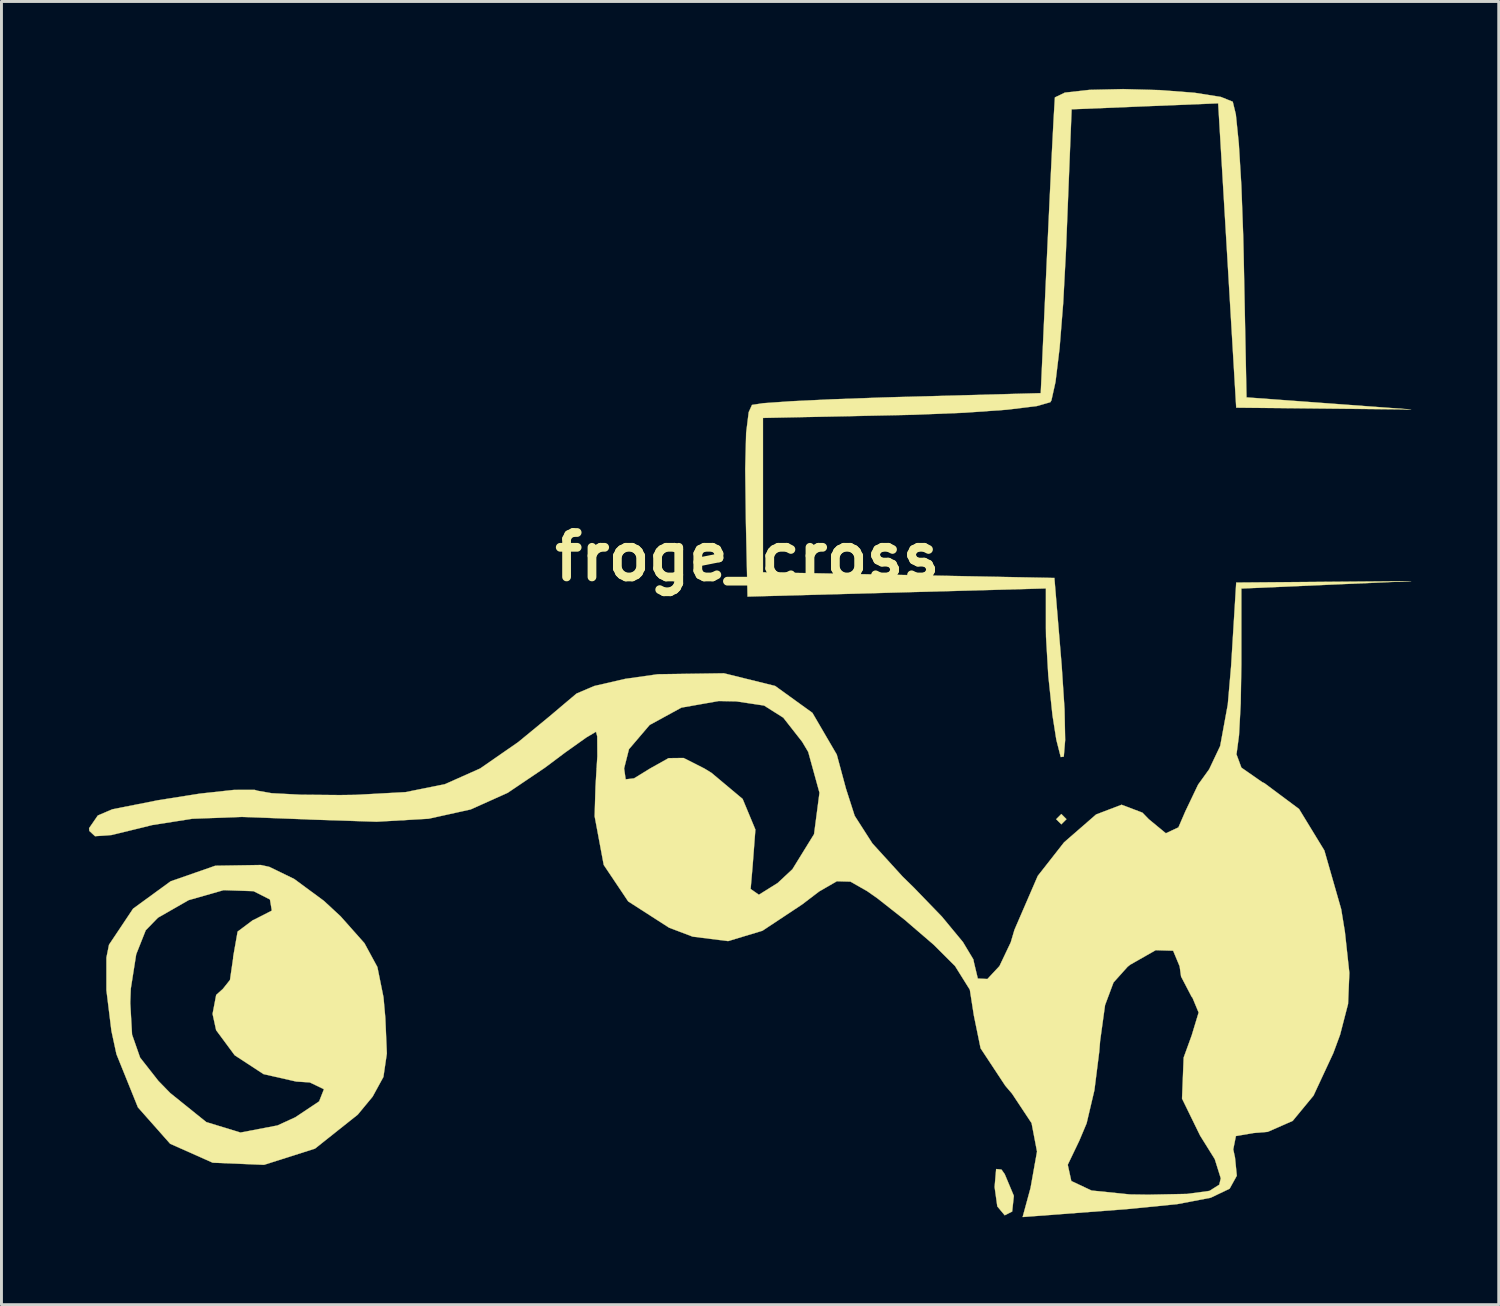
<source format=kicad_pcb>
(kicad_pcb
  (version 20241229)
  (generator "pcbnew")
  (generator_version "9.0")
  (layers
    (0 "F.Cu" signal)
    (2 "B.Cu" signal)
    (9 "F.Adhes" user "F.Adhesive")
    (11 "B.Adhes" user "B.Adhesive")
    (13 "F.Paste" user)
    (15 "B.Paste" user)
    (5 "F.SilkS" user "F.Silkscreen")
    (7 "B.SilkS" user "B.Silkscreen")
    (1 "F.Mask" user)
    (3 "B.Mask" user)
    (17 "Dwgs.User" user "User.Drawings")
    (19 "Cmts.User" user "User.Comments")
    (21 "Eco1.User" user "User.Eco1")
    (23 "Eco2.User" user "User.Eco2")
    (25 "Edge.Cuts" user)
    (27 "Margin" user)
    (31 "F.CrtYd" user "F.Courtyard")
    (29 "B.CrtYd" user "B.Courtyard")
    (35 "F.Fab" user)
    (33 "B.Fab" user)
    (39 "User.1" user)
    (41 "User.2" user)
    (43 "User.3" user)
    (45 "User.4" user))
  (footprint "froge_cross"
    (layer "F.Cu")
    (at 22.583 16.044)
    (property "Reference" "froge_cross" (at 0 0 0) (layer "F.SilkS") (effects (font (size 1.524 1.524) (thickness 0.3))))
    (attr through_hole)
    (fp_poly (pts (xy 10.936 8.996) (xy 10.76 9.172) (xy 10.583 8.996) (xy 10.76 8.819) (xy 10.936 8.996)) (stroke (width 0.01) (type solid)) (fill yes) (layer "F.SilkS"))
    (fp_poly (pts (xy 8.707 21.01) (xy 8.819 21.167) (xy 9.132 21.912) (xy 9.074 22.45) (xy 8.819 22.578) (xy 8.565 22.274) (xy 8.472 21.608) (xy 8.525 20.992) (xy 8.707 21.01)) (stroke (width 0.01) (type solid)) (fill yes) (layer "F.SilkS"))
    (fp_poly (pts (xy -16.399 10.631) (xy -15.545 11.046) (xy -14.526 11.797) (xy -13.952 12.329) (xy -13.136 13.248) (xy -12.693 14.065) (xy -12.483 15.103) (xy -12.42 15.813) (xy -12.368 17.03) (xy -12.486 17.834) (xy -12.856 18.51) (xy -13.366 19.127) (xy -14.832 20.292) (xy -16.58 20.848) (xy -18.339 20.775) (xy -19.798 20.126) (xy -20.903 18.878) (xy -21.64 17.053) (xy -21.812 16.257) (xy -21.931 15.289) (xy -21.167 15.289) (xy -21.105 16.381) (xy -20.829 17.171) (xy -20.203 17.969) (xy -19.797 18.386) (xy -18.56 19.382) (xy -17.388 19.741) (xy -16.118 19.498) (xy -15.505 19.217) (xy -14.69 18.673) (xy -14.525 18.255) (xy -15.01 18.022) (xy -15.475 17.992) (xy -16.597 17.737) (xy -17.585 17.091) (xy -18.222 16.23) (xy -18.344 15.673) (xy -18.22 15.022) (xy -17.992 14.817) (xy -17.747 14.509) (xy -17.639 13.766) (xy -17.639 13.725) (xy -17.485 12.85) (xy -16.96 12.457) (xy -16.933 12.449) (xy -16.312 12.131) (xy -16.376 11.749) (xy -16.939 11.464) (xy -17.965 11.429) (xy -19.166 11.772) (xy -20.218 12.375) (xy -20.636 12.805) (xy -20.963 13.629) (xy -21.148 14.805) (xy -21.167 15.289) (xy -21.931 15.289) (xy -21.984 14.859) (xy -21.984 13.743) (xy -21.895 13.301) (xy -21.069 12.064) (xy -19.782 11.126) (xy -18.25 10.592) (xy -16.689 10.567) (xy -16.399 10.631)) (stroke (width 0.01) (type solid)) (fill yes) (layer "F.SilkS"))
    (fp_poly (pts (xy 14.144 -16.004) (xy 15.327 -15.913) (xy 16.231 -15.77) (xy 16.638 -15.606) (xy 16.744 -15.171) (xy 16.846 -14.166) (xy 16.933 -12.728) (xy 16.997 -10.991) (xy 17.011 -10.4) (xy 17.11 -5.468) (xy 22.754 -5.053) (xy 16.757 -5.115) (xy 16.448 -10.333) (xy 16.138 -15.551) (xy 13.625 -15.449) (xy 11.113 -15.346) (xy 10.919 -10.495) (xy 10.824 -8.701) (xy 10.7 -7.155) (xy 10.56 -5.996) (xy 10.42 -5.365) (xy 10.383 -5.303) (xy 9.92 -5.17) (xy 8.893 -5.045) (xy 7.443 -4.942) (xy 5.711 -4.872) (xy 5.285 -4.862) (xy 0.529 -4.763) (xy 0.529 0.529) (xy 10.522 0.725) (xy 10.772 3.729) (xy 10.87 5.225) (xy 10.891 6.284) (xy 10.844 6.85) (xy 10.74 6.866) (xy 10.589 6.275) (xy 10.456 5.428) (xy 10.313 4.073) (xy 10.235 2.737) (xy 10.231 2.432) (xy 10.231 1.083) (xy 5.115 1.223) (xy 0 1.363) (xy -0.056 -1.17) (xy -0.079 -3.016) (xy -0.048 -4.249) (xy 0.04 -4.96) (xy 0.153 -5.209) (xy 0.536 -5.268) (xy 1.493 -5.335) (xy 2.892 -5.402) (xy 4.601 -5.463) (xy 5.172 -5.48) (xy 10.054 -5.613) (xy 10.276 -10.479) (xy 10.36 -12.283) (xy 10.435 -13.847) (xy 10.496 -15.027) (xy 10.535 -15.684) (xy 10.54 -15.754) (xy 10.88 -15.918) (xy 11.724 -16.012) (xy 12.878 -16.039) (xy 14.144 -16.004)) (stroke (width 0.01) (type solid)) (fill yes) (layer "F.SilkS"))
    (fp_poly (pts (xy 19.844 0.96) (xy 16.933 1.087) (xy 16.933 3.69) (xy 16.911 5.027) (xy 16.853 6.115) (xy 16.771 6.736) (xy 16.762 6.762) (xy 16.934 7.228) (xy 17.646 7.724) (xy 17.724 7.761) (xy 18.911 8.646) (xy 19.779 10.068) (xy 20.356 12.08) (xy 20.483 12.856) (xy 20.636 14.267) (xy 20.592 15.33) (xy 20.319 16.386) (xy 20.087 17.015) (xy 19.407 18.475) (xy 18.693 19.341) (xy 17.837 19.717) (xy 17.357 19.756) (xy 16.746 19.861) (xy 16.655 20.319) (xy 16.715 20.597) (xy 16.777 21.221) (xy 16.531 21.666) (xy 15.882 21.976) (xy 14.732 22.196) (xy 12.985 22.369) (xy 12.742 22.387) (xy 9.433 22.638) (xy 9.705 21.638) (xy 9.846 20.845) (xy 10.98 20.845) (xy 11.102 21.403) (xy 11.795 21.729) (xy 13.111 21.863) (xy 13.747 21.872) (xy 15.077 21.845) (xy 15.841 21.741) (xy 16.175 21.53) (xy 16.228 21.311) (xy 16.021 20.651) (xy 15.523 19.852) (xy 15.522 19.852) (xy 14.899 18.577) (xy 14.955 17.169) (xy 15.23 16.411) (xy 15.468 15.626) (xy 15.256 15.116) (xy 15.23 15.089) (xy 14.866 14.391) (xy 14.817 14.041) (xy 14.594 13.506) (xy 13.995 13.488) (xy 13.121 13.986) (xy 13.03 14.059) (xy 12.549 14.595) (xy 12.259 15.372) (xy 12.09 16.597) (xy 12.06 16.968) (xy 11.894 18.289) (xy 11.627 19.424) (xy 11.378 20.016) (xy 10.98 20.845) (xy 9.846 20.845) (xy 9.927 20.394) (xy 9.74 19.418) (xy 9.07 18.407) (xy 8.84 18.138) (xy 7.992 16.852) (xy 7.761 15.727) (xy 7.623 14.843) (xy 7.116 14.032) (xy 6.379 13.297) (xy 5.389 12.446) (xy 4.453 11.709) (xy 4.102 11.463) (xy 3.529 11.137) (xy 3.062 11.124) (xy 2.456 11.474) (xy 1.869 11.921) (xy 0.511 12.821) (xy -0.666 13.176) (xy -1.881 13.023) (xy -2.691 12.716) (xy -4.092 11.815) (xy -4.931 10.564) (xy -5.243 8.894) (xy -5.213 7.88) (xy -5.176 7.256) (xy -4.233 7.256) (xy -4.179 7.629) (xy -3.892 7.596) (xy -3.335 7.254) (xy -2.708 6.903) (xy -2.193 6.897) (xy -1.48 7.258) (xy -1.237 7.407) (xy -0.168 8.302) (xy 0.269 9.352) (xy 0.175 10.591) (xy 0.106 11.389) (xy 0.389 11.587) (xy 1.032 11.185) (xy 1.539 10.712) (xy 2.281 9.51) (xy 2.467 8.089) (xy 2.081 6.689) (xy 1.873 6.34) (xy 1.225 5.514) (xy 0.567 5.099) (xy -0.383 4.956) (xy -0.986 4.944) (xy -2.268 5.17) (xy -3.357 5.765) (xy -4.066 6.596) (xy -4.233 7.256) (xy -5.176 7.256) (xy -5.15 6.837) (xy -5.154 6.154) (xy -5.196 5.997) (xy -5.528 6.194) (xy -6.243 6.702) (xy -6.951 7.232) (xy -8.225 8.092) (xy -9.496 8.662) (xy -10.937 8.98) (xy -12.718 9.083) (xy -15.012 9.008) (xy -15.13 9.001) (xy -17.338 8.918) (xy -19.038 8.981) (xy -20.415 9.197) (xy -20.726 9.275) (xy -21.81 9.539) (xy -22.375 9.579) (xy -22.57 9.398) (xy -22.578 9.304) (xy -22.279 8.87) (xy -21.784 8.658) (xy -20.224 8.348) (xy -18.776 8.119) (xy -17.611 7.992) (xy -16.903 7.99) (xy -16.796 8.022) (xy -16.319 8.105) (xy -15.32 8.157) (xy -13.985 8.169) (xy -13.443 8.162) (xy -11.727 8.068) (xy -10.379 7.797) (xy -9.168 7.257) (xy -7.865 6.354) (xy -6.803 5.481) (xy -6.151 4.93) (xy -5.862 4.687) (xy -5.256 4.429) (xy -4.193 4.184) (xy -3.077 4.026) (xy -0.81 3.993) (xy 0.946 4.427) (xy 2.224 5.349) (xy 3.06 6.781) (xy 3.375 7.949) (xy 3.674 8.88) (xy 4.282 9.828) (xy 5.316 10.963) (xy 5.699 11.338) (xy 6.663 12.335) (xy 7.386 13.209) (xy 7.744 13.805) (xy 7.761 13.896) (xy 7.896 14.46) (xy 8.225 14.476) (xy 8.639 14.032) (xy 9.026 13.218) (xy 9.153 12.788) (xy 9.952 10.941) (xy 10.854 9.79) (xy 11.953 8.834) (xy 12.826 8.501) (xy 13.541 8.772) (xy 13.758 8.996) (xy 14.344 9.479) (xy 14.775 9.278) (xy 15.011 8.731) (xy 15.45 7.811) (xy 15.829 7.285) (xy 16.207 6.487) (xy 16.468 5.063) (xy 16.581 3.757) (xy 16.757 0.882) (xy 22.754 0.833) (xy 19.844 0.96)) (stroke (width 0.01) (type solid)) (fill yes) (layer "F.SilkS")))
  (gr_rect
    (start -3 -3)
    (end 48.342 41.687)
    (stroke (width 0.1) (type default))
    (fill no)
    (layer "Edge.Cuts")))
</source>
